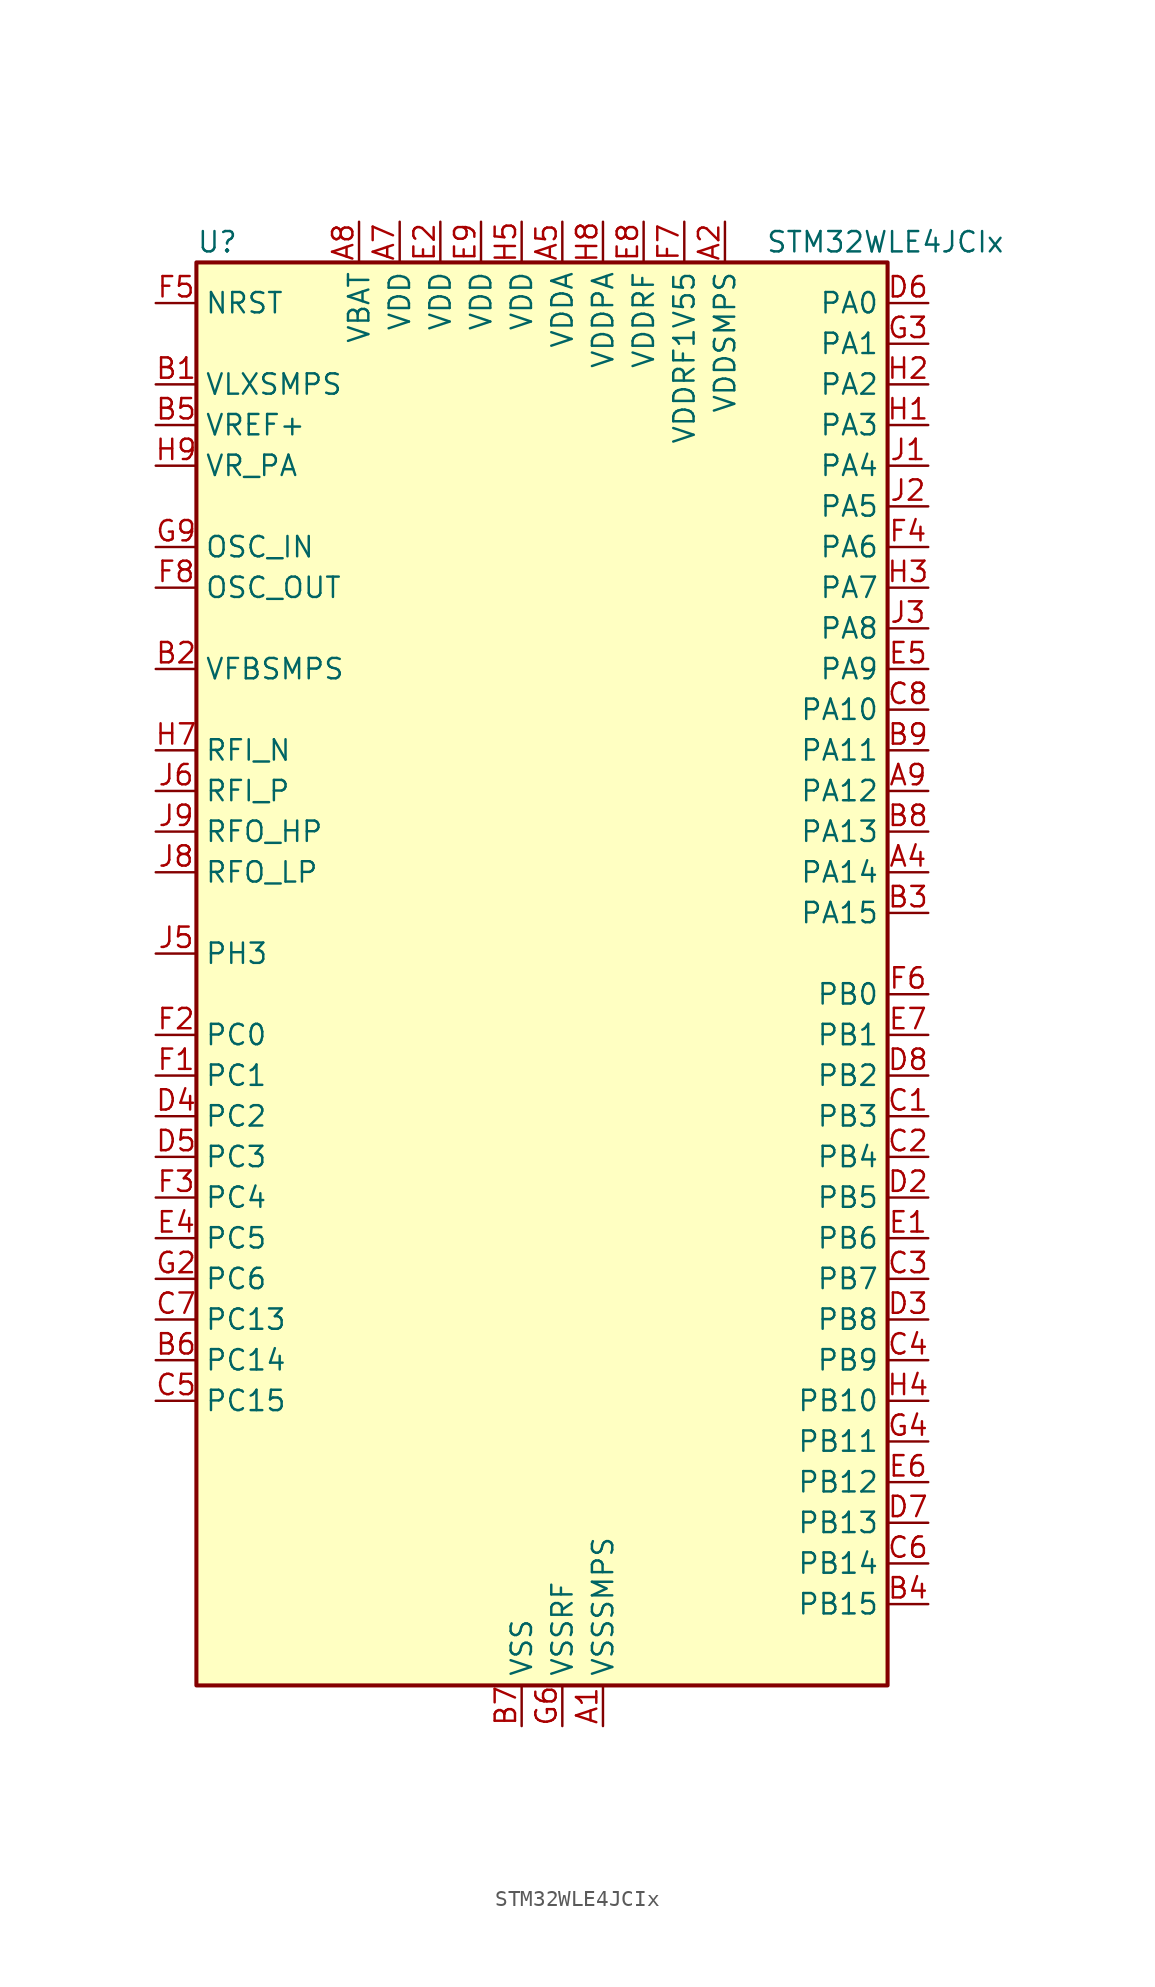
<source format=kicad_sym>
(kicad_symbol_lib
  (version 20231120)
  (generator "kicad_symbol_editor")
  (generator_version "8.0")
  (symbol "STM32WLE4JCIx"
    (property "Reference" "U"
      (at -20.32 46.99 0)
      (effects (font (size 1.27 1.27)) (justify left)))
    (property "Value" "STM32WLE4JCIx"
      (at 15.24 46.99 0)
      (effects (font (size 1.27 1.27)) (justify left)))
    (property "ki_locked" ""
      (at 0 0 0)
      (effects (font (size 1.27 1.27))))
    (symbol "STM32WLE4JCIx_0_1"
      (rectangle (start -20.32 -43.18) (end 22.86 45.72) (stroke (width 0.254) (type default)) (fill (type background))))
    (symbol "STM32WLE4JCIx_1_1"
      (pin power_in line (at 5.08 -45.72 90) (length 2.54) (name "VSSSMPS" (effects (font (size 1.27 1.27)))) (number "A1" (effects (font (size 1.27 1.27)))))
      (pin power_in line (at 12.7 48.26 270) (length 2.54) (name "VDDSMPS" (effects (font (size 1.27 1.27)))) (number "A2" (effects (font (size 1.27 1.27)))))
      (pin bidirectional line (at 25.4 7.62 180) (length 2.54) (name "PA14" (effects (font (size 1.27 1.27)))) (number "A4" (effects (font (size 1.27 1.27)))) (alternate "ADC_IN10" bidirectional line) (alternate "DEBUG_JTCK-SWCLK" bidirectional line) (alternate "I2C1_SMBA" bidirectional line) (alternate "LPTIM1_OUT" bidirectional line))
      (pin power_in line (at 2.54 48.26 270) (length 2.54) (name "VDDA" (effects (font (size 1.27 1.27)))) (number "A5" (effects (font (size 1.27 1.27)))))
      (pin power_in line (at -7.62 48.26 270) (length 2.54) (name "VDD" (effects (font (size 1.27 1.27)))) (number "A7" (effects (font (size 1.27 1.27)))))
      (pin power_in line (at -10.16 48.26 270) (length 2.54) (name "VBAT" (effects (font (size 1.27 1.27)))) (number "A8" (effects (font (size 1.27 1.27)))))
      (pin bidirectional line (at 25.4 12.7 180) (length 2.54) (name "PA12" (effects (font (size 1.27 1.27)))) (number "A9" (effects (font (size 1.27 1.27)))) (alternate "ADC_IN8" bidirectional line) (alternate "DEBUG_RF-BUSY" bidirectional line) (alternate "I2C2_SCL" bidirectional line) (alternate "LPTIM3_IN1" bidirectional line) (alternate "SPI1_MOSI" bidirectional line) (alternate "TIM1_ETR" bidirectional line) (alternate "USART1_DE" bidirectional line) (alternate "USART1_RTS" bidirectional line))
      (pin power_in line (at -22.86 38.1 0) (length 2.54) (name "VLXSMPS" (effects (font (size 1.27 1.27)))) (number "B1" (effects (font (size 1.27 1.27)))))
      (pin input line (at -22.86 20.32 0) (length 2.54) (name "VFBSMPS" (effects (font (size 1.27 1.27)))) (number "B2" (effects (font (size 1.27 1.27)))))
      (pin bidirectional line (at 25.4 5.08 180) (length 2.54) (name "PA15" (effects (font (size 1.27 1.27)))) (number "B3" (effects (font (size 1.27 1.27)))) (alternate "ADC_IN11" bidirectional line) (alternate "COMP1_INM" bidirectional line) (alternate "COMP2_INP" bidirectional line) (alternate "DEBUG_JTDI" bidirectional line) (alternate "I2C2_SDA" bidirectional line) (alternate "SPI1_NSS" bidirectional line) (alternate "TIM2_CH1" bidirectional line) (alternate "TIM2_ETR" bidirectional line))
      (pin bidirectional line (at 25.4 -38.1 180) (length 2.54) (name "PB15" (effects (font (size 1.27 1.27)))) (number "B4" (effects (font (size 1.27 1.27)))) (alternate "I2C2_SCL" bidirectional line) (alternate "I2S2_SD" bidirectional line) (alternate "SPI2_MOSI" bidirectional line) (alternate "TIM1_CH3N" bidirectional line))
      (pin input line (at -22.86 35.56 0) (length 2.54) (name "VREF+" (effects (font (size 1.27 1.27)))) (number "B5" (effects (font (size 1.27 1.27)))) (alternate "VREFBUF_OUT" bidirectional line))
      (pin bidirectional line (at -22.86 -22.86 0) (length 2.54) (name "PC14" (effects (font (size 1.27 1.27)))) (number "B6" (effects (font (size 1.27 1.27)))) (alternate "RCC_OSC32_IN" bidirectional line))
      (pin power_in line (at 0 -45.72 90) (length 2.54) (name "VSS" (effects (font (size 1.27 1.27)))) (number "B7" (effects (font (size 1.27 1.27)))))
      (pin bidirectional line (at 25.4 10.16 180) (length 2.54) (name "PA13" (effects (font (size 1.27 1.27)))) (number "B8" (effects (font (size 1.27 1.27)))) (alternate "ADC_IN9" bidirectional line) (alternate "DEBUG_JTMS-SWDIO" bidirectional line) (alternate "I2C2_SMBA" bidirectional line) (alternate "IR_OUT" bidirectional line))
      (pin bidirectional line (at 25.4 15.24 180) (length 2.54) (name "PA11" (effects (font (size 1.27 1.27)))) (number "B9" (effects (font (size 1.27 1.27)))) (alternate "ADC_EXTI11" bidirectional line) (alternate "ADC_IN7" bidirectional line) (alternate "COMP1_INM" bidirectional line) (alternate "COMP2_INM" bidirectional line) (alternate "DEBUG_RF-NRESET" bidirectional line) (alternate "I2C2_SDA" bidirectional line) (alternate "LPTIM3_ETR" bidirectional line) (alternate "SPI1_MISO" bidirectional line) (alternate "TIM1_BKIN2" bidirectional line) (alternate "TIM1_CH4" bidirectional line) (alternate "USART1_CTS" bidirectional line) (alternate "USART1_NSS" bidirectional line))
      (pin bidirectional line (at 25.4 -7.62 180) (length 2.54) (name "PB3" (effects (font (size 1.27 1.27)))) (number "C1" (effects (font (size 1.27 1.27)))) (alternate "ADC_IN2" bidirectional line) (alternate "COMP1_INM" bidirectional line) (alternate "COMP2_INM" bidirectional line) (alternate "DEBUG_JTDO-SWO" bidirectional line) (alternate "DEBUG_RF-DTB1" bidirectional line) (alternate "PWR_WKUP3" bidirectional line) (alternate "RTC_TAMP_IN3" bidirectional line) (alternate "SPI1_SCK" bidirectional line) (alternate "TIM2_CH2" bidirectional line) (alternate "USART1_DE" bidirectional line) (alternate "USART1_RTS" bidirectional line))
      (pin bidirectional line (at 25.4 -10.16 180) (length 2.54) (name "PB4" (effects (font (size 1.27 1.27)))) (number "C2" (effects (font (size 1.27 1.27)))) (alternate "ADC_IN3" bidirectional line) (alternate "COMP1_INP" bidirectional line) (alternate "COMP2_INP" bidirectional line) (alternate "DEBUG_JTRST" bidirectional line) (alternate "DEBUG_RF-LDORDY" bidirectional line) (alternate "I2C3_SDA" bidirectional line) (alternate "SPI1_MISO" bidirectional line) (alternate "TIM17_BKIN" bidirectional line) (alternate "USART1_CTS" bidirectional line) (alternate "USART1_NSS" bidirectional line))
      (pin bidirectional line (at 25.4 -17.78 180) (length 2.54) (name "PB7" (effects (font (size 1.27 1.27)))) (number "C3" (effects (font (size 1.27 1.27)))) (alternate "I2C1_SDA" bidirectional line) (alternate "LPTIM1_IN2" bidirectional line) (alternate "PWR_PVD_IN" bidirectional line) (alternate "TIM17_CH1N" bidirectional line) (alternate "TIM1_BKIN" bidirectional line) (alternate "USART1_RX" bidirectional line))
      (pin bidirectional line (at 25.4 -22.86 180) (length 2.54) (name "PB9" (effects (font (size 1.27 1.27)))) (number "C4" (effects (font (size 1.27 1.27)))) (alternate "DAC_EXTI9" bidirectional line) (alternate "I2C1_SDA" bidirectional line) (alternate "I2S2_WS" bidirectional line) (alternate "IR_OUT" bidirectional line) (alternate "SPI2_NSS" bidirectional line) (alternate "TIM17_CH1" bidirectional line) (alternate "TIM1_CH3N" bidirectional line))
      (pin bidirectional line (at -22.86 -25.4 0) (length 2.54) (name "PC15" (effects (font (size 1.27 1.27)))) (number "C5" (effects (font (size 1.27 1.27)))) (alternate "RCC_OSC32_OUT" bidirectional line))
      (pin bidirectional line (at 25.4 -35.56 180) (length 2.54) (name "PB14" (effects (font (size 1.27 1.27)))) (number "C6" (effects (font (size 1.27 1.27)))) (alternate "ADC_IN1" bidirectional line) (alternate "I2C3_SDA" bidirectional line) (alternate "I2S2_MCK" bidirectional line) (alternate "SPI2_MISO" bidirectional line) (alternate "TIM1_CH2N" bidirectional line))
      (pin bidirectional line (at -22.86 -20.32 0) (length 2.54) (name "PC13" (effects (font (size 1.27 1.27)))) (number "C7" (effects (font (size 1.27 1.27)))) (alternate "PWR_WKUP2" bidirectional line) (alternate "RTC_OUT1" bidirectional line) (alternate "RTC_TAMP_IN1" bidirectional line) (alternate "RTC_TS" bidirectional line))
      (pin bidirectional line (at 25.4 17.78 180) (length 2.54) (name "PA10" (effects (font (size 1.27 1.27)))) (number "C8" (effects (font (size 1.27 1.27)))) (alternate "ADC_IN6" bidirectional line) (alternate "COMP1_INM" bidirectional line) (alternate "COMP2_INM" bidirectional line) (alternate "DAC_OUT1" bidirectional line) (alternate "DEBUG_RF-HSE32RDY" bidirectional line) (alternate "I2C1_SDA" bidirectional line) (alternate "I2S2_SD" bidirectional line) (alternate "RTC_REFIN" bidirectional line) (alternate "SPI2_MOSI" bidirectional line) (alternate "TIM17_BKIN" bidirectional line) (alternate "TIM1_CH3" bidirectional line) (alternate "USART1_RX" bidirectional line))
      (pin bidirectional line (at 25.4 -12.7 180) (length 2.54) (name "PB5" (effects (font (size 1.27 1.27)))) (number "D2" (effects (font (size 1.27 1.27)))) (alternate "COMP2_OUT" bidirectional line) (alternate "I2C1_SMBA" bidirectional line) (alternate "LPTIM1_IN1" bidirectional line) (alternate "SPI1_MOSI" bidirectional line) (alternate "TIM16_BKIN" bidirectional line) (alternate "USART1_CK" bidirectional line))
      (pin bidirectional line (at 25.4 -20.32 180) (length 2.54) (name "PB8" (effects (font (size 1.27 1.27)))) (number "D3" (effects (font (size 1.27 1.27)))) (alternate "I2C1_SCL" bidirectional line) (alternate "TIM16_CH1" bidirectional line) (alternate "TIM1_CH2N" bidirectional line))
      (pin bidirectional line (at -22.86 -7.62 0) (length 2.54) (name "PC2" (effects (font (size 1.27 1.27)))) (number "D4" (effects (font (size 1.27 1.27)))) (alternate "LPTIM1_IN2" bidirectional line) (alternate "SPI2_MISO" bidirectional line))
      (pin bidirectional line (at -22.86 -10.16 0) (length 2.54) (name "PC3" (effects (font (size 1.27 1.27)))) (number "D5" (effects (font (size 1.27 1.27)))) (alternate "I2S2_SD" bidirectional line) (alternate "LPTIM1_ETR" bidirectional line) (alternate "LPTIM2_ETR" bidirectional line) (alternate "SPI2_MOSI" bidirectional line))
      (pin bidirectional line (at 25.4 43.18 180) (length 2.54) (name "PA0" (effects (font (size 1.27 1.27)))) (number "D6" (effects (font (size 1.27 1.27)))) (alternate "COMP1_OUT" bidirectional line) (alternate "DEBUG_PWR-REGLP1S" bidirectional line) (alternate "I2C3_SMBA" bidirectional line) (alternate "I2S_CKIN" bidirectional line) (alternate "PWR_WKUP1" bidirectional line) (alternate "RTC_TAMP_IN2" bidirectional line) (alternate "TIM2_CH1" bidirectional line) (alternate "TIM2_ETR" bidirectional line) (alternate "USART2_CTS" bidirectional line) (alternate "USART2_NSS" bidirectional line))
      (pin bidirectional line (at 25.4 -33.02 180) (length 2.54) (name "PB13" (effects (font (size 1.27 1.27)))) (number "D7" (effects (font (size 1.27 1.27)))) (alternate "ADC_IN0" bidirectional line) (alternate "I2C3_SCL" bidirectional line) (alternate "I2S2_CK" bidirectional line) (alternate "LPUART1_CTS" bidirectional line) (alternate "SPI2_SCK" bidirectional line) (alternate "TIM1_CH1N" bidirectional line))
      (pin bidirectional line (at 25.4 -5.08 180) (length 2.54) (name "PB2" (effects (font (size 1.27 1.27)))) (number "D8" (effects (font (size 1.27 1.27)))) (alternate "ADC_IN4" bidirectional line) (alternate "COMP1_INP" bidirectional line) (alternate "COMP2_INM" bidirectional line) (alternate "DEBUG_RF-SMPSRDY" bidirectional line) (alternate "I2C3_SMBA" bidirectional line) (alternate "LPTIM1_OUT" bidirectional line) (alternate "SPI1_NSS" bidirectional line))
      (pin passive line (at 0 -45.72 90) (length 2.54) hide (name "VSS" (effects (font (size 1.27 1.27)))) (number "D9" (effects (font (size 1.27 1.27)))))
      (pin bidirectional line (at 25.4 -15.24 180) (length 2.54) (name "PB6" (effects (font (size 1.27 1.27)))) (number "E1" (effects (font (size 1.27 1.27)))) (alternate "I2C1_SCL" bidirectional line) (alternate "LPTIM1_ETR" bidirectional line) (alternate "TIM16_CH1N" bidirectional line) (alternate "USART1_TX" bidirectional line))
      (pin power_in line (at -5.08 48.26 270) (length 2.54) (name "VDD" (effects (font (size 1.27 1.27)))) (number "E2" (effects (font (size 1.27 1.27)))))
      (pin passive line (at 0 -45.72 90) (length 2.54) hide (name "VSS" (effects (font (size 1.27 1.27)))) (number "E3" (effects (font (size 1.27 1.27)))))
      (pin bidirectional line (at -22.86 -15.24 0) (length 2.54) (name "PC5" (effects (font (size 1.27 1.27)))) (number "E4" (effects (font (size 1.27 1.27)))))
      (pin bidirectional line (at 25.4 20.32 180) (length 2.54) (name "PA9" (effects (font (size 1.27 1.27)))) (number "E5" (effects (font (size 1.27 1.27)))) (alternate "DAC_EXTI9" bidirectional line) (alternate "I2C1_SCL" bidirectional line) (alternate "I2S2_CK" bidirectional line) (alternate "I2S2_WS" bidirectional line) (alternate "SPI2_NSS" bidirectional line) (alternate "SPI2_SCK" bidirectional line) (alternate "TIM1_CH2" bidirectional line) (alternate "USART1_TX" bidirectional line))
      (pin bidirectional line (at 25.4 -30.48 180) (length 2.54) (name "PB12" (effects (font (size 1.27 1.27)))) (number "E6" (effects (font (size 1.27 1.27)))) (alternate "I2C3_SMBA" bidirectional line) (alternate "I2S2_WS" bidirectional line) (alternate "LPUART1_RTS" bidirectional line) (alternate "SPI2_NSS" bidirectional line) (alternate "TIM1_BKIN" bidirectional line))
      (pin bidirectional line (at 25.4 -2.54 180) (length 2.54) (name "PB1" (effects (font (size 1.27 1.27)))) (number "E7" (effects (font (size 1.27 1.27)))) (alternate "ADC_IN5" bidirectional line) (alternate "COMP2_INP" bidirectional line) (alternate "LPTIM2_IN1" bidirectional line) (alternate "LPUART1_DE" bidirectional line) (alternate "LPUART1_RTS" bidirectional line))
      (pin power_in line (at 7.62 48.26 270) (length 2.54) (name "VDDRF" (effects (font (size 1.27 1.27)))) (number "E8" (effects (font (size 1.27 1.27)))))
      (pin power_in line (at -2.54 48.26 270) (length 2.54) (name "VDD" (effects (font (size 1.27 1.27)))) (number "E9" (effects (font (size 1.27 1.27)))))
      (pin bidirectional line (at -22.86 -5.08 0) (length 2.54) (name "PC1" (effects (font (size 1.27 1.27)))) (number "F1" (effects (font (size 1.27 1.27)))) (alternate "I2C3_SDA" bidirectional line) (alternate "I2S2_SD" bidirectional line) (alternate "LPTIM1_OUT" bidirectional line) (alternate "LPUART1_TX" bidirectional line) (alternate "SPI2_MOSI" bidirectional line))
      (pin bidirectional line (at -22.86 -2.54 0) (length 2.54) (name "PC0" (effects (font (size 1.27 1.27)))) (number "F2" (effects (font (size 1.27 1.27)))) (alternate "I2C3_SCL" bidirectional line) (alternate "LPTIM1_IN1" bidirectional line) (alternate "LPTIM2_IN1" bidirectional line) (alternate "LPUART1_RX" bidirectional line))
      (pin bidirectional line (at -22.86 -12.7 0) (length 2.54) (name "PC4" (effects (font (size 1.27 1.27)))) (number "F3" (effects (font (size 1.27 1.27)))))
      (pin bidirectional line (at 25.4 27.94 180) (length 2.54) (name "PA6" (effects (font (size 1.27 1.27)))) (number "F4" (effects (font (size 1.27 1.27)))) (alternate "DEBUG_SUBGHZSPI-MISOOUT" bidirectional line) (alternate "I2C2_SMBA" bidirectional line) (alternate "LPUART1_CTS" bidirectional line) (alternate "SPI1_MISO" bidirectional line) (alternate "TIM16_CH1" bidirectional line) (alternate "TIM1_BKIN" bidirectional line))
      (pin input line (at -22.86 43.18 0) (length 2.54) (name "NRST" (effects (font (size 1.27 1.27)))) (number "F5" (effects (font (size 1.27 1.27)))))
      (pin bidirectional line (at 25.4 0 180) (length 2.54) (name "PB0" (effects (font (size 1.27 1.27)))) (number "F6" (effects (font (size 1.27 1.27)))) (alternate "COMP1_OUT" bidirectional line) (alternate "VDDTCXO" bidirectional line))
      (pin power_in line (at 10.16 48.26 270) (length 2.54) (name "VDDRF1V55" (effects (font (size 1.27 1.27)))) (number "F7" (effects (font (size 1.27 1.27)))))
      (pin input line (at -22.86 25.4 0) (length 2.54) (name "OSC_OUT" (effects (font (size 1.27 1.27)))) (number "F8" (effects (font (size 1.27 1.27)))) (alternate "RCC_OSC_OUT" bidirectional line))
      (pin bidirectional line (at -22.86 -17.78 0) (length 2.54) (name "PC6" (effects (font (size 1.27 1.27)))) (number "G2" (effects (font (size 1.27 1.27)))) (alternate "I2S2_MCK" bidirectional line))
      (pin bidirectional line (at 25.4 40.64 180) (length 2.54) (name "PA1" (effects (font (size 1.27 1.27)))) (number "G3" (effects (font (size 1.27 1.27)))) (alternate "DEBUG_PWR-REGLP2S" bidirectional line) (alternate "I2C1_SMBA" bidirectional line) (alternate "LPTIM3_OUT" bidirectional line) (alternate "LPUART1_RTS" bidirectional line) (alternate "SPI1_SCK" bidirectional line) (alternate "TIM2_CH2" bidirectional line) (alternate "USART2_DE" bidirectional line) (alternate "USART2_RTS" bidirectional line))
      (pin bidirectional line (at 25.4 -27.94 180) (length 2.54) (name "PB11" (effects (font (size 1.27 1.27)))) (number "G4" (effects (font (size 1.27 1.27)))) (alternate "ADC_EXTI11" bidirectional line) (alternate "COMP2_OUT" bidirectional line) (alternate "I2C3_SDA" bidirectional line) (alternate "LPUART1_TX" bidirectional line) (alternate "TIM2_CH4" bidirectional line))
      (pin passive line (at 0 -45.72 90) (length 2.54) hide (name "VSS" (effects (font (size 1.27 1.27)))) (number "G5" (effects (font (size 1.27 1.27)))))
      (pin power_in line (at 2.54 -45.72 90) (length 2.54) (name "VSSRF" (effects (font (size 1.27 1.27)))) (number "G6" (effects (font (size 1.27 1.27)))))
      (pin passive line (at 2.54 -45.72 90) (length 2.54) hide (name "VSSRF" (effects (font (size 1.27 1.27)))) (number "G7" (effects (font (size 1.27 1.27)))))
      (pin passive line (at 2.54 -45.72 90) (length 2.54) hide (name "VSSRF" (effects (font (size 1.27 1.27)))) (number "G8" (effects (font (size 1.27 1.27)))))
      (pin input line (at -22.86 27.94 0) (length 2.54) (name "OSC_IN" (effects (font (size 1.27 1.27)))) (number "G9" (effects (font (size 1.27 1.27)))) (alternate "RCC_OSC_IN" bidirectional line))
      (pin bidirectional line (at 25.4 35.56 180) (length 2.54) (name "PA3" (effects (font (size 1.27 1.27)))) (number "H1" (effects (font (size 1.27 1.27)))) (alternate "I2S2_MCK" bidirectional line) (alternate "LPUART1_RX" bidirectional line) (alternate "TIM2_CH4" bidirectional line) (alternate "USART2_RX" bidirectional line))
      (pin bidirectional line (at 25.4 38.1 180) (length 2.54) (name "PA2" (effects (font (size 1.27 1.27)))) (number "H2" (effects (font (size 1.27 1.27)))) (alternate "COMP2_OUT" bidirectional line) (alternate "DEBUG_PWR-LDORDY" bidirectional line) (alternate "LPUART1_TX" bidirectional line) (alternate "RCC_LSCO" bidirectional line) (alternate "TIM2_CH3" bidirectional line) (alternate "USART2_TX" bidirectional line))
      (pin bidirectional line (at 25.4 25.4 180) (length 2.54) (name "PA7" (effects (font (size 1.27 1.27)))) (number "H3" (effects (font (size 1.27 1.27)))) (alternate "COMP2_OUT" bidirectional line) (alternate "DEBUG_SUBGHZSPI-MOSIOUT" bidirectional line) (alternate "I2C3_SCL" bidirectional line) (alternate "SPI1_MOSI" bidirectional line) (alternate "TIM17_CH1" bidirectional line) (alternate "TIM1_CH1N" bidirectional line))
      (pin bidirectional line (at 25.4 -25.4 180) (length 2.54) (name "PB10" (effects (font (size 1.27 1.27)))) (number "H4" (effects (font (size 1.27 1.27)))) (alternate "COMP1_OUT" bidirectional line) (alternate "I2C3_SCL" bidirectional line) (alternate "I2S2_CK" bidirectional line) (alternate "LPUART1_RX" bidirectional line) (alternate "SPI2_SCK" bidirectional line) (alternate "TIM2_CH3" bidirectional line))
      (pin power_in line (at 0 48.26 270) (length 2.54) (name "VDD" (effects (font (size 1.27 1.27)))) (number "H5" (effects (font (size 1.27 1.27)))))
      (pin passive line (at 2.54 -45.72 90) (length 2.54) hide (name "VSSRF" (effects (font (size 1.27 1.27)))) (number "H6" (effects (font (size 1.27 1.27)))))
      (pin bidirectional line (at -22.86 15.24 0) (length 2.54) (name "RFI_N" (effects (font (size 1.27 1.27)))) (number "H7" (effects (font (size 1.27 1.27)))))
      (pin power_in line (at 5.08 48.26 270) (length 2.54) (name "VDDPA" (effects (font (size 1.27 1.27)))) (number "H8" (effects (font (size 1.27 1.27)))))
      (pin power_in line (at -22.86 33.02 0) (length 2.54) (name "VR_PA" (effects (font (size 1.27 1.27)))) (number "H9" (effects (font (size 1.27 1.27)))))
      (pin bidirectional line (at 25.4 33.02 180) (length 2.54) (name "PA4" (effects (font (size 1.27 1.27)))) (number "J1" (effects (font (size 1.27 1.27)))) (alternate "DEBUG_SUBGHZSPI-NSSOUT" bidirectional line) (alternate "LPTIM1_OUT" bidirectional line) (alternate "LPTIM2_OUT" bidirectional line) (alternate "RTC_OUT2" bidirectional line) (alternate "SPI1_NSS" bidirectional line) (alternate "USART2_CK" bidirectional line))
      (pin bidirectional line (at 25.4 30.48 180) (length 2.54) (name "PA5" (effects (font (size 1.27 1.27)))) (number "J2" (effects (font (size 1.27 1.27)))) (alternate "DEBUG_SUBGHZSPI-SCKOUT" bidirectional line) (alternate "LPTIM2_ETR" bidirectional line) (alternate "SPI1_SCK" bidirectional line) (alternate "SPI2_MISO" bidirectional line) (alternate "TIM2_CH1" bidirectional line) (alternate "TIM2_ETR" bidirectional line))
      (pin bidirectional line (at 25.4 22.86 180) (length 2.54) (name "PA8" (effects (font (size 1.27 1.27)))) (number "J3" (effects (font (size 1.27 1.27)))) (alternate "I2S2_CK" bidirectional line) (alternate "LPTIM2_OUT" bidirectional line) (alternate "RCC_MCO" bidirectional line) (alternate "SPI2_SCK" bidirectional line) (alternate "TIM1_CH1" bidirectional line) (alternate "USART1_CK" bidirectional line))
      (pin bidirectional line (at -22.86 2.54 0) (length 2.54) (name "PH3" (effects (font (size 1.27 1.27)))) (number "J5" (effects (font (size 1.27 1.27)))))
      (pin bidirectional line (at -22.86 12.7 0) (length 2.54) (name "RFI_P" (effects (font (size 1.27 1.27)))) (number "J6" (effects (font (size 1.27 1.27)))))
      (pin bidirectional line (at -22.86 7.62 0) (length 2.54) (name "RFO_LP" (effects (font (size 1.27 1.27)))) (number "J8" (effects (font (size 1.27 1.27)))))
      (pin bidirectional line (at -22.86 10.16 0) (length 2.54) (name "RFO_HP" (effects (font (size 1.27 1.27)))) (number "J9" (effects (font (size 1.27 1.27))))))))
</source>
